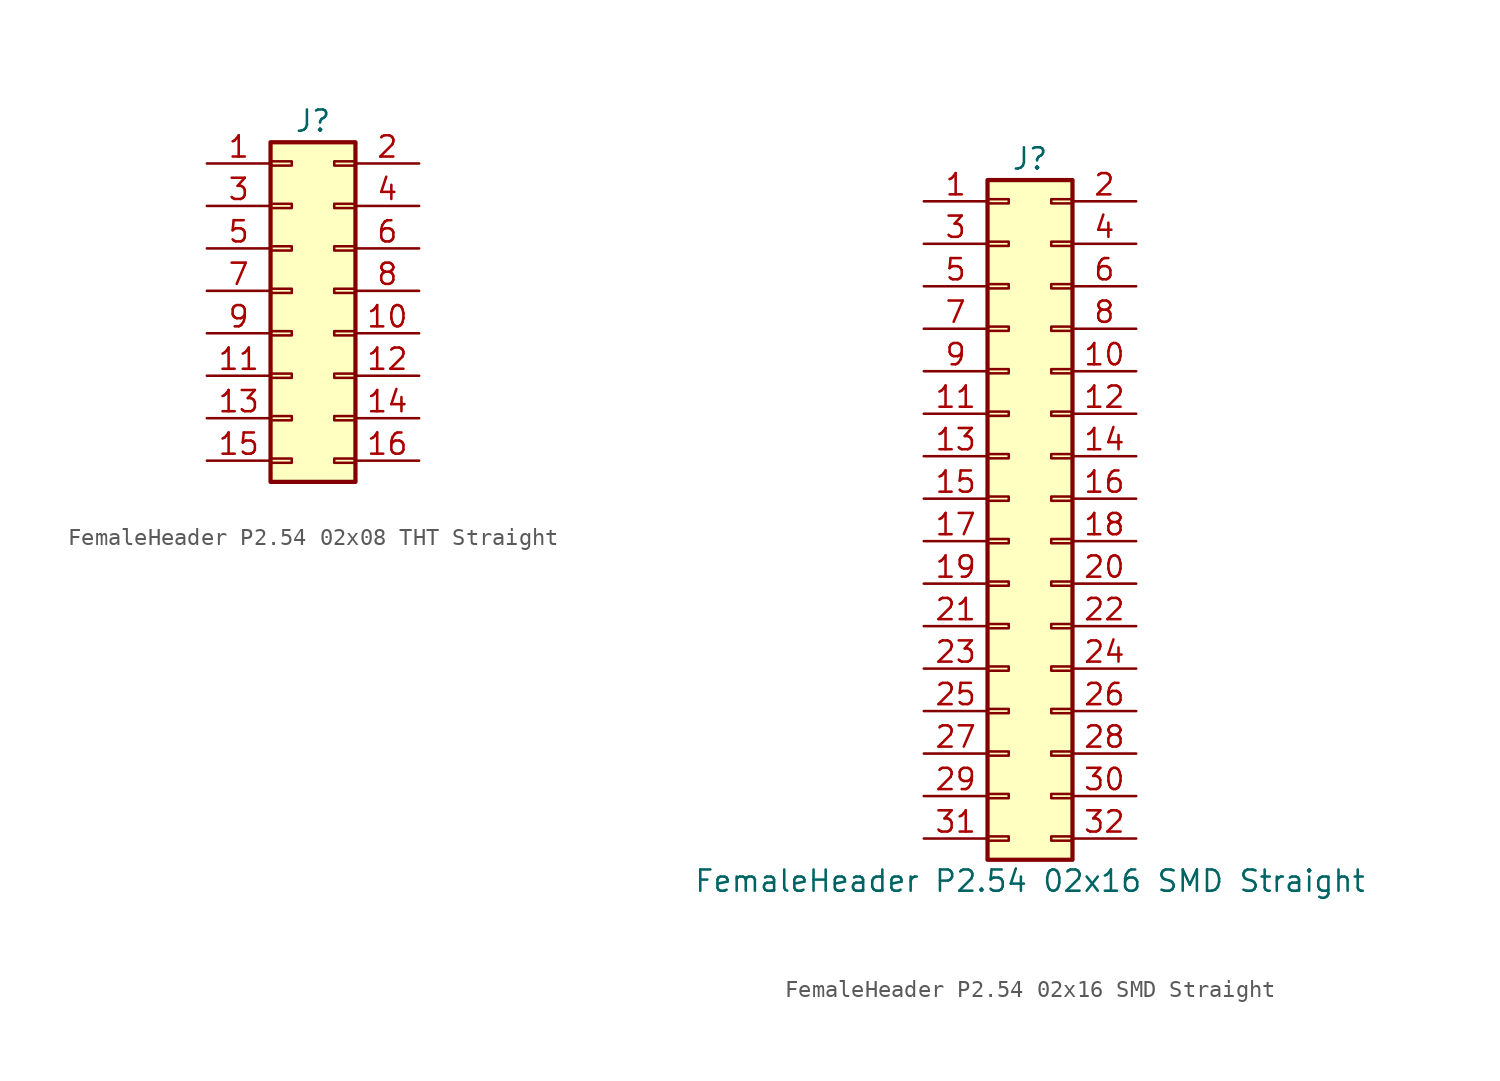
<source format=kicad_sym>
(kicad_symbol_lib
  (version 20231120)
  (generator "kicad_symbol_editor")
  (generator_version "8.0")
  (symbol "FemaleHeader P2.54 02x08 THT Straight"
    (pin_names
      (offset 1.016) hide)
    (property "Reference" "J"
      (at 1.27 10.16 0)
      (effects (font (size 1.27 1.27))))
    (symbol "FemaleHeader P2.54 02x08 THT Straight_1_1"
      (rectangle (start -1.27 -10.033) (end 0 -10.287) (stroke (width 0.152) (type default)) (fill (type none)))
      (rectangle (start -1.27 -7.493) (end 0 -7.747) (stroke (width 0.152) (type default)) (fill (type none)))
      (rectangle (start -1.27 -4.953) (end 0 -5.207) (stroke (width 0.152) (type default)) (fill (type none)))
      (rectangle (start -1.27 -2.413) (end 0 -2.667) (stroke (width 0.152) (type default)) (fill (type none)))
      (rectangle (start -1.27 0.127) (end 0 -0.127) (stroke (width 0.152) (type default)) (fill (type none)))
      (rectangle (start -1.27 2.667) (end 0 2.413) (stroke (width 0.152) (type default)) (fill (type none)))
      (rectangle (start -1.27 5.207) (end 0 4.953) (stroke (width 0.152) (type default)) (fill (type none)))
      (rectangle (start -1.27 7.747) (end 0 7.493) (stroke (width 0.152) (type default)) (fill (type none)))
      (rectangle (start -1.27 8.89) (end 3.81 -11.43) (stroke (width 0.254) (type default)) (fill (type background)))
      (rectangle (start 3.81 -10.033) (end 2.54 -10.287) (stroke (width 0.152) (type default)) (fill (type none)))
      (rectangle (start 3.81 -7.493) (end 2.54 -7.747) (stroke (width 0.152) (type default)) (fill (type none)))
      (rectangle (start 3.81 -4.953) (end 2.54 -5.207) (stroke (width 0.152) (type default)) (fill (type none)))
      (rectangle (start 3.81 -2.413) (end 2.54 -2.667) (stroke (width 0.152) (type default)) (fill (type none)))
      (rectangle (start 3.81 0.127) (end 2.54 -0.127) (stroke (width 0.152) (type default)) (fill (type none)))
      (rectangle (start 3.81 2.667) (end 2.54 2.413) (stroke (width 0.152) (type default)) (fill (type none)))
      (rectangle (start 3.81 5.207) (end 2.54 4.953) (stroke (width 0.152) (type default)) (fill (type none)))
      (rectangle (start 3.81 7.747) (end 2.54 7.493) (stroke (width 0.152) (type default)) (fill (type none)))
      (pin passive line (at -5.08 7.62 0) (length 3.81) (name "Pin_1" (effects (font (size 1.27 1.27)))) (number "1" (effects (font (size 1.27 1.27)))))
      (pin passive line (at 7.62 -2.54 180) (length 3.81) (name "Pin_10" (effects (font (size 1.27 1.27)))) (number "10" (effects (font (size 1.27 1.27)))))
      (pin passive line (at -5.08 -5.08 0) (length 3.81) (name "Pin_11" (effects (font (size 1.27 1.27)))) (number "11" (effects (font (size 1.27 1.27)))))
      (pin passive line (at 7.62 -5.08 180) (length 3.81) (name "Pin_12" (effects (font (size 1.27 1.27)))) (number "12" (effects (font (size 1.27 1.27)))))
      (pin passive line (at -5.08 -7.62 0) (length 3.81) (name "Pin_13" (effects (font (size 1.27 1.27)))) (number "13" (effects (font (size 1.27 1.27)))))
      (pin passive line (at 7.62 -7.62 180) (length 3.81) (name "Pin_14" (effects (font (size 1.27 1.27)))) (number "14" (effects (font (size 1.27 1.27)))))
      (pin passive line (at -5.08 -10.16 0) (length 3.81) (name "Pin_15" (effects (font (size 1.27 1.27)))) (number "15" (effects (font (size 1.27 1.27)))))
      (pin passive line (at 7.62 -10.16 180) (length 3.81) (name "Pin_16" (effects (font (size 1.27 1.27)))) (number "16" (effects (font (size 1.27 1.27)))))
      (pin passive line (at 7.62 7.62 180) (length 3.81) (name "Pin_2" (effects (font (size 1.27 1.27)))) (number "2" (effects (font (size 1.27 1.27)))))
      (pin passive line (at -5.08 5.08 0) (length 3.81) (name "Pin_3" (effects (font (size 1.27 1.27)))) (number "3" (effects (font (size 1.27 1.27)))))
      (pin passive line (at 7.62 5.08 180) (length 3.81) (name "Pin_4" (effects (font (size 1.27 1.27)))) (number "4" (effects (font (size 1.27 1.27)))))
      (pin passive line (at -5.08 2.54 0) (length 3.81) (name "Pin_5" (effects (font (size 1.27 1.27)))) (number "5" (effects (font (size 1.27 1.27)))))
      (pin passive line (at 7.62 2.54 180) (length 3.81) (name "Pin_6" (effects (font (size 1.27 1.27)))) (number "6" (effects (font (size 1.27 1.27)))))
      (pin passive line (at -5.08 0 0) (length 3.81) (name "Pin_7" (effects (font (size 1.27 1.27)))) (number "7" (effects (font (size 1.27 1.27)))))
      (pin passive line (at 7.62 0 180) (length 3.81) (name "Pin_8" (effects (font (size 1.27 1.27)))) (number "8" (effects (font (size 1.27 1.27)))))
      (pin passive line (at -5.08 -2.54 0) (length 3.81) (name "Pin_9" (effects (font (size 1.27 1.27)))) (number "9" (effects (font (size 1.27 1.27)))))))
  (symbol "FemaleHeader P2.54 02x16 SMD Straight"
    (pin_names
      (offset 1.016) hide)
    (property "Reference" "J"
      (at 1.27 20.32 0)
      (effects (font (size 1.27 1.27))))
    (property "Value" "FemaleHeader P2.54 02x16 SMD Straight"
      (at 1.27 -22.86 0)
      (effects (font (size 1.27 1.27))))
    (symbol "FemaleHeader P2.54 02x16 SMD Straight_1_1"
      (rectangle (start -1.27 -20.193) (end 0 -20.447) (stroke (width 0.152) (type default)) (fill (type none)))
      (rectangle (start -1.27 -17.653) (end 0 -17.907) (stroke (width 0.152) (type default)) (fill (type none)))
      (rectangle (start -1.27 -15.113) (end 0 -15.367) (stroke (width 0.152) (type default)) (fill (type none)))
      (rectangle (start -1.27 -12.573) (end 0 -12.827) (stroke (width 0.152) (type default)) (fill (type none)))
      (rectangle (start -1.27 -10.033) (end 0 -10.287) (stroke (width 0.152) (type default)) (fill (type none)))
      (rectangle (start -1.27 -7.493) (end 0 -7.747) (stroke (width 0.152) (type default)) (fill (type none)))
      (rectangle (start -1.27 -4.953) (end 0 -5.207) (stroke (width 0.152) (type default)) (fill (type none)))
      (rectangle (start -1.27 -2.413) (end 0 -2.667) (stroke (width 0.152) (type default)) (fill (type none)))
      (rectangle (start -1.27 0.127) (end 0 -0.127) (stroke (width 0.152) (type default)) (fill (type none)))
      (rectangle (start -1.27 2.667) (end 0 2.413) (stroke (width 0.152) (type default)) (fill (type none)))
      (rectangle (start -1.27 5.207) (end 0 4.953) (stroke (width 0.152) (type default)) (fill (type none)))
      (rectangle (start -1.27 7.747) (end 0 7.493) (stroke (width 0.152) (type default)) (fill (type none)))
      (rectangle (start -1.27 10.287) (end 0 10.033) (stroke (width 0.152) (type default)) (fill (type none)))
      (rectangle (start -1.27 12.827) (end 0 12.573) (stroke (width 0.152) (type default)) (fill (type none)))
      (rectangle (start -1.27 15.367) (end 0 15.113) (stroke (width 0.152) (type default)) (fill (type none)))
      (rectangle (start -1.27 17.907) (end 0 17.653) (stroke (width 0.152) (type default)) (fill (type none)))
      (rectangle (start -1.27 19.05) (end 3.81 -21.59) (stroke (width 0.254) (type default)) (fill (type background)))
      (rectangle (start 3.81 -20.193) (end 2.54 -20.447) (stroke (width 0.152) (type default)) (fill (type none)))
      (rectangle (start 3.81 -17.653) (end 2.54 -17.907) (stroke (width 0.152) (type default)) (fill (type none)))
      (rectangle (start 3.81 -15.113) (end 2.54 -15.367) (stroke (width 0.152) (type default)) (fill (type none)))
      (rectangle (start 3.81 -12.573) (end 2.54 -12.827) (stroke (width 0.152) (type default)) (fill (type none)))
      (rectangle (start 3.81 -10.033) (end 2.54 -10.287) (stroke (width 0.152) (type default)) (fill (type none)))
      (rectangle (start 3.81 -7.493) (end 2.54 -7.747) (stroke (width 0.152) (type default)) (fill (type none)))
      (rectangle (start 3.81 -4.953) (end 2.54 -5.207) (stroke (width 0.152) (type default)) (fill (type none)))
      (rectangle (start 3.81 -2.413) (end 2.54 -2.667) (stroke (width 0.152) (type default)) (fill (type none)))
      (rectangle (start 3.81 0.127) (end 2.54 -0.127) (stroke (width 0.152) (type default)) (fill (type none)))
      (rectangle (start 3.81 2.667) (end 2.54 2.413) (stroke (width 0.152) (type default)) (fill (type none)))
      (rectangle (start 3.81 5.207) (end 2.54 4.953) (stroke (width 0.152) (type default)) (fill (type none)))
      (rectangle (start 3.81 7.747) (end 2.54 7.493) (stroke (width 0.152) (type default)) (fill (type none)))
      (rectangle (start 3.81 10.287) (end 2.54 10.033) (stroke (width 0.152) (type default)) (fill (type none)))
      (rectangle (start 3.81 12.827) (end 2.54 12.573) (stroke (width 0.152) (type default)) (fill (type none)))
      (rectangle (start 3.81 15.367) (end 2.54 15.113) (stroke (width 0.152) (type default)) (fill (type none)))
      (rectangle (start 3.81 17.907) (end 2.54 17.653) (stroke (width 0.152) (type default)) (fill (type none)))
      (pin passive line (at -5.08 17.78 0) (length 3.81) (name "Pin_1" (effects (font (size 1.27 1.27)))) (number "1" (effects (font (size 1.27 1.27)))))
      (pin passive line (at 7.62 7.62 180) (length 3.81) (name "Pin_10" (effects (font (size 1.27 1.27)))) (number "10" (effects (font (size 1.27 1.27)))))
      (pin passive line (at -5.08 5.08 0) (length 3.81) (name "Pin_11" (effects (font (size 1.27 1.27)))) (number "11" (effects (font (size 1.27 1.27)))))
      (pin passive line (at 7.62 5.08 180) (length 3.81) (name "Pin_12" (effects (font (size 1.27 1.27)))) (number "12" (effects (font (size 1.27 1.27)))))
      (pin passive line (at -5.08 2.54 0) (length 3.81) (name "Pin_13" (effects (font (size 1.27 1.27)))) (number "13" (effects (font (size 1.27 1.27)))))
      (pin passive line (at 7.62 2.54 180) (length 3.81) (name "Pin_14" (effects (font (size 1.27 1.27)))) (number "14" (effects (font (size 1.27 1.27)))))
      (pin passive line (at -5.08 0 0) (length 3.81) (name "Pin_15" (effects (font (size 1.27 1.27)))) (number "15" (effects (font (size 1.27 1.27)))))
      (pin passive line (at 7.62 0 180) (length 3.81) (name "Pin_16" (effects (font (size 1.27 1.27)))) (number "16" (effects (font (size 1.27 1.27)))))
      (pin passive line (at -5.08 -2.54 0) (length 3.81) (name "Pin_17" (effects (font (size 1.27 1.27)))) (number "17" (effects (font (size 1.27 1.27)))))
      (pin passive line (at 7.62 -2.54 180) (length 3.81) (name "Pin_18" (effects (font (size 1.27 1.27)))) (number "18" (effects (font (size 1.27 1.27)))))
      (pin passive line (at -5.08 -5.08 0) (length 3.81) (name "Pin_19" (effects (font (size 1.27 1.27)))) (number "19" (effects (font (size 1.27 1.27)))))
      (pin passive line (at 7.62 17.78 180) (length 3.81) (name "Pin_2" (effects (font (size 1.27 1.27)))) (number "2" (effects (font (size 1.27 1.27)))))
      (pin passive line (at 7.62 -5.08 180) (length 3.81) (name "Pin_20" (effects (font (size 1.27 1.27)))) (number "20" (effects (font (size 1.27 1.27)))))
      (pin passive line (at -5.08 -7.62 0) (length 3.81) (name "Pin_21" (effects (font (size 1.27 1.27)))) (number "21" (effects (font (size 1.27 1.27)))))
      (pin passive line (at 7.62 -7.62 180) (length 3.81) (name "Pin_22" (effects (font (size 1.27 1.27)))) (number "22" (effects (font (size 1.27 1.27)))))
      (pin passive line (at -5.08 -10.16 0) (length 3.81) (name "Pin_23" (effects (font (size 1.27 1.27)))) (number "23" (effects (font (size 1.27 1.27)))))
      (pin passive line (at 7.62 -10.16 180) (length 3.81) (name "Pin_24" (effects (font (size 1.27 1.27)))) (number "24" (effects (font (size 1.27 1.27)))))
      (pin passive line (at -5.08 -12.7 0) (length 3.81) (name "Pin_25" (effects (font (size 1.27 1.27)))) (number "25" (effects (font (size 1.27 1.27)))))
      (pin passive line (at 7.62 -12.7 180) (length 3.81) (name "Pin_26" (effects (font (size 1.27 1.27)))) (number "26" (effects (font (size 1.27 1.27)))))
      (pin passive line (at -5.08 -15.24 0) (length 3.81) (name "Pin_27" (effects (font (size 1.27 1.27)))) (number "27" (effects (font (size 1.27 1.27)))))
      (pin passive line (at 7.62 -15.24 180) (length 3.81) (name "Pin_28" (effects (font (size 1.27 1.27)))) (number "28" (effects (font (size 1.27 1.27)))))
      (pin passive line (at -5.08 -17.78 0) (length 3.81) (name "Pin_29" (effects (font (size 1.27 1.27)))) (number "29" (effects (font (size 1.27 1.27)))))
      (pin passive line (at -5.08 15.24 0) (length 3.81) (name "Pin_3" (effects (font (size 1.27 1.27)))) (number "3" (effects (font (size 1.27 1.27)))))
      (pin passive line (at 7.62 -17.78 180) (length 3.81) (name "Pin_30" (effects (font (size 1.27 1.27)))) (number "30" (effects (font (size 1.27 1.27)))))
      (pin passive line (at -5.08 -20.32 0) (length 3.81) (name "Pin_31" (effects (font (size 1.27 1.27)))) (number "31" (effects (font (size 1.27 1.27)))))
      (pin passive line (at 7.62 -20.32 180) (length 3.81) (name "Pin_32" (effects (font (size 1.27 1.27)))) (number "32" (effects (font (size 1.27 1.27)))))
      (pin passive line (at 7.62 15.24 180) (length 3.81) (name "Pin_4" (effects (font (size 1.27 1.27)))) (number "4" (effects (font (size 1.27 1.27)))))
      (pin passive line (at -5.08 12.7 0) (length 3.81) (name "Pin_5" (effects (font (size 1.27 1.27)))) (number "5" (effects (font (size 1.27 1.27)))))
      (pin passive line (at 7.62 12.7 180) (length 3.81) (name "Pin_6" (effects (font (size 1.27 1.27)))) (number "6" (effects (font (size 1.27 1.27)))))
      (pin passive line (at -5.08 10.16 0) (length 3.81) (name "Pin_7" (effects (font (size 1.27 1.27)))) (number "7" (effects (font (size 1.27 1.27)))))
      (pin passive line (at 7.62 10.16 180) (length 3.81) (name "Pin_8" (effects (font (size 1.27 1.27)))) (number "8" (effects (font (size 1.27 1.27)))))
      (pin passive line (at -5.08 7.62 0) (length 3.81) (name "Pin_9" (effects (font (size 1.27 1.27)))) (number "9" (effects (font (size 1.27 1.27))))))))
</source>
